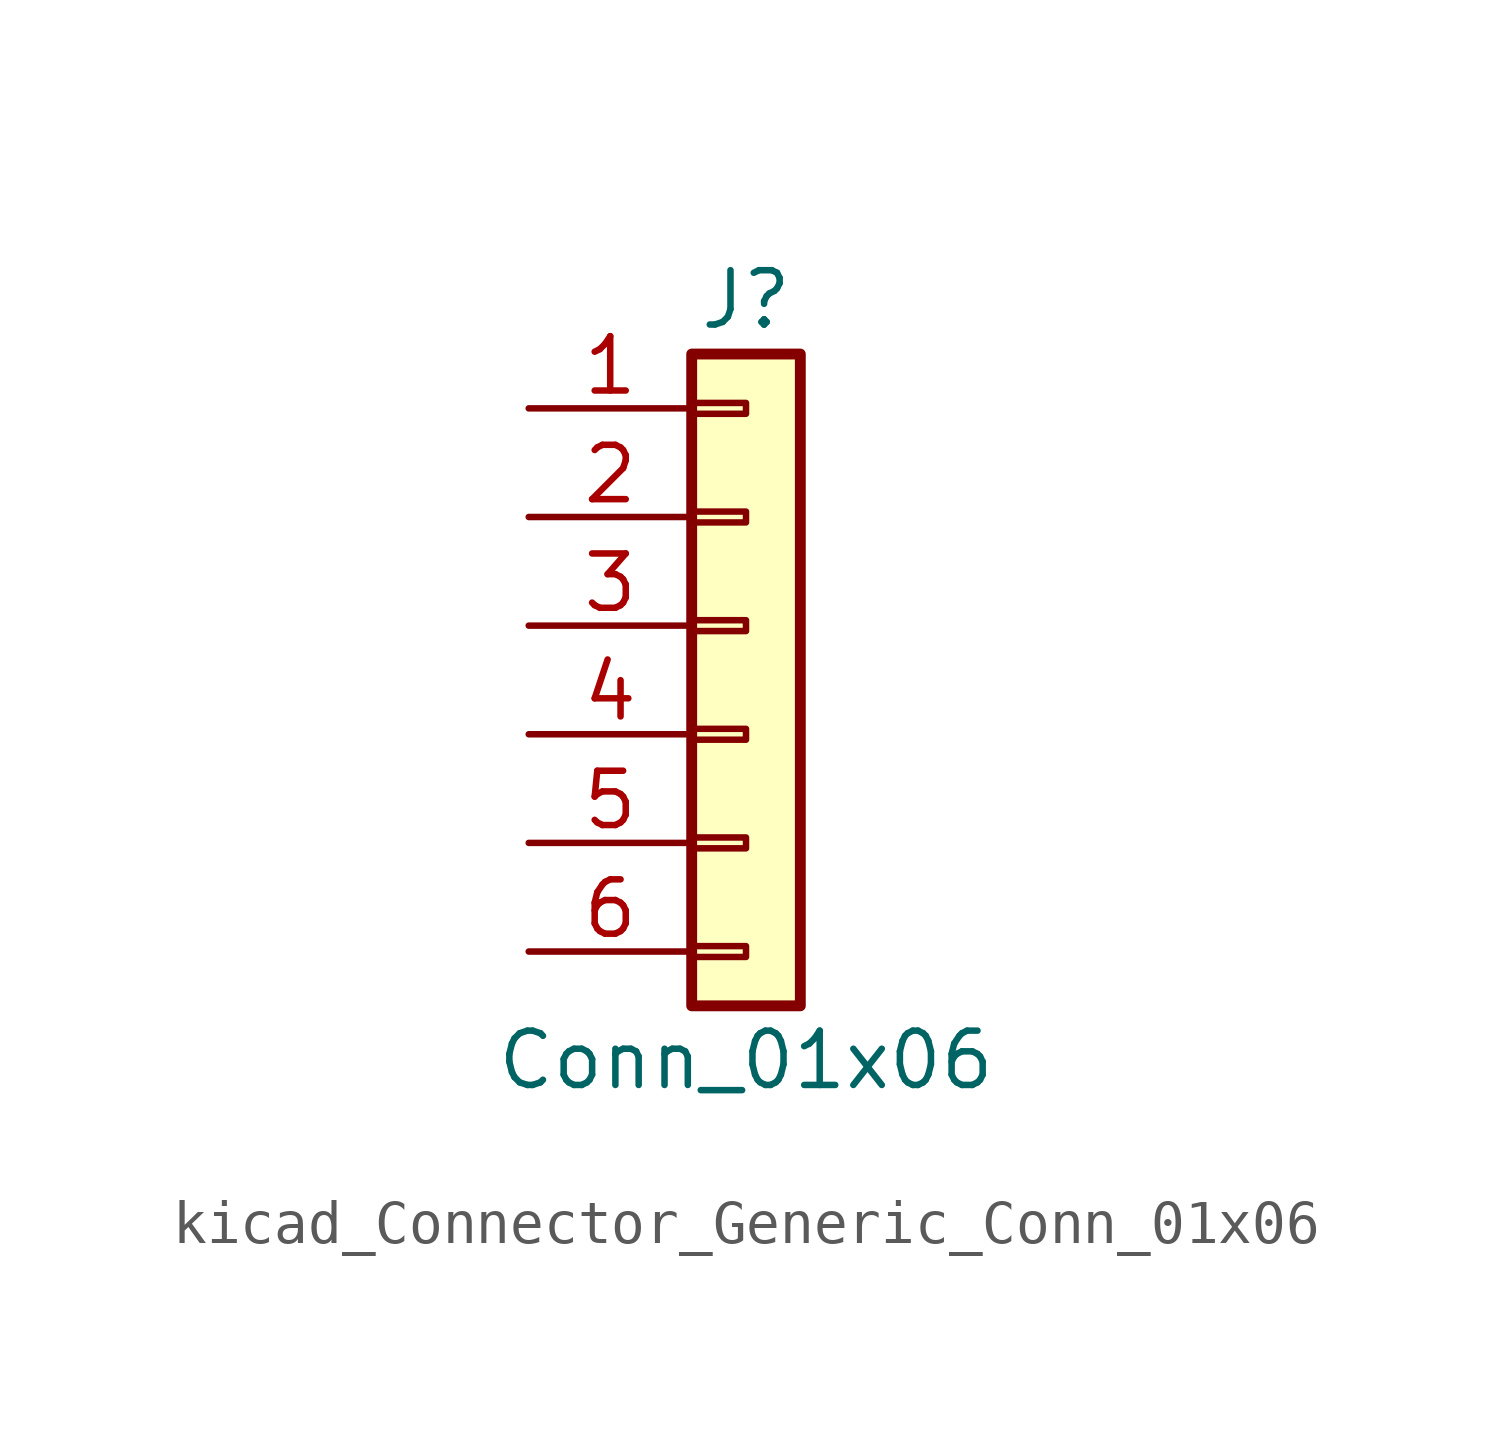
<source format=kicad_sym>
(kicad_symbol_lib
  (version 20220914)
  (generator kicad_symbol_editor)
  (symbol "kicad_Connector_Generic_Conn_01x06"
    (pin_names
      (offset 1.016) hide)
    (property "Reference" "J"
      (at 0 7.62 0)
      (effects (font (size 1.27 1.27))))
    (property "Value" "Conn_01x06"
      (at 0 -10.16 0)
      (effects (font (size 1.27 1.27))))
    (symbol "kicad_Connector_Generic_Conn_01x06_1_1"
      (rectangle (start -1.27 -7.493) (end 0 -7.747) (stroke (width 0.152) (type default)) (fill (type none)))
      (rectangle (start -1.27 -4.953) (end 0 -5.207) (stroke (width 0.152) (type default)) (fill (type none)))
      (rectangle (start -1.27 -2.413) (end 0 -2.667) (stroke (width 0.152) (type default)) (fill (type none)))
      (rectangle (start -1.27 0.127) (end 0 -0.127) (stroke (width 0.152) (type default)) (fill (type none)))
      (rectangle (start -1.27 2.667) (end 0 2.413) (stroke (width 0.152) (type default)) (fill (type none)))
      (rectangle (start -1.27 5.207) (end 0 4.953) (stroke (width 0.152) (type default)) (fill (type none)))
      (rectangle (start -1.27 6.35) (end 1.27 -8.89) (stroke (width 0.254) (type default)) (fill (type background)))
      (pin passive line (at -5.08 5.08 0) (length 3.81) (name "Pin_1" (effects (font (size 1.27 1.27)))) (number "1" (effects (font (size 1.27 1.27)))))
      (pin passive line (at -5.08 2.54 0) (length 3.81) (name "Pin_2" (effects (font (size 1.27 1.27)))) (number "2" (effects (font (size 1.27 1.27)))))
      (pin passive line (at -5.08 0 0) (length 3.81) (name "Pin_3" (effects (font (size 1.27 1.27)))) (number "3" (effects (font (size 1.27 1.27)))))
      (pin passive line (at -5.08 -2.54 0) (length 3.81) (name "Pin_4" (effects (font (size 1.27 1.27)))) (number "4" (effects (font (size 1.27 1.27)))))
      (pin passive line (at -5.08 -5.08 0) (length 3.81) (name "Pin_5" (effects (font (size 1.27 1.27)))) (number "5" (effects (font (size 1.27 1.27)))))
      (pin passive line (at -5.08 -7.62 0) (length 3.81) (name "Pin_6" (effects (font (size 1.27 1.27)))) (number "6" (effects (font (size 1.27 1.27))))))))
</source>
